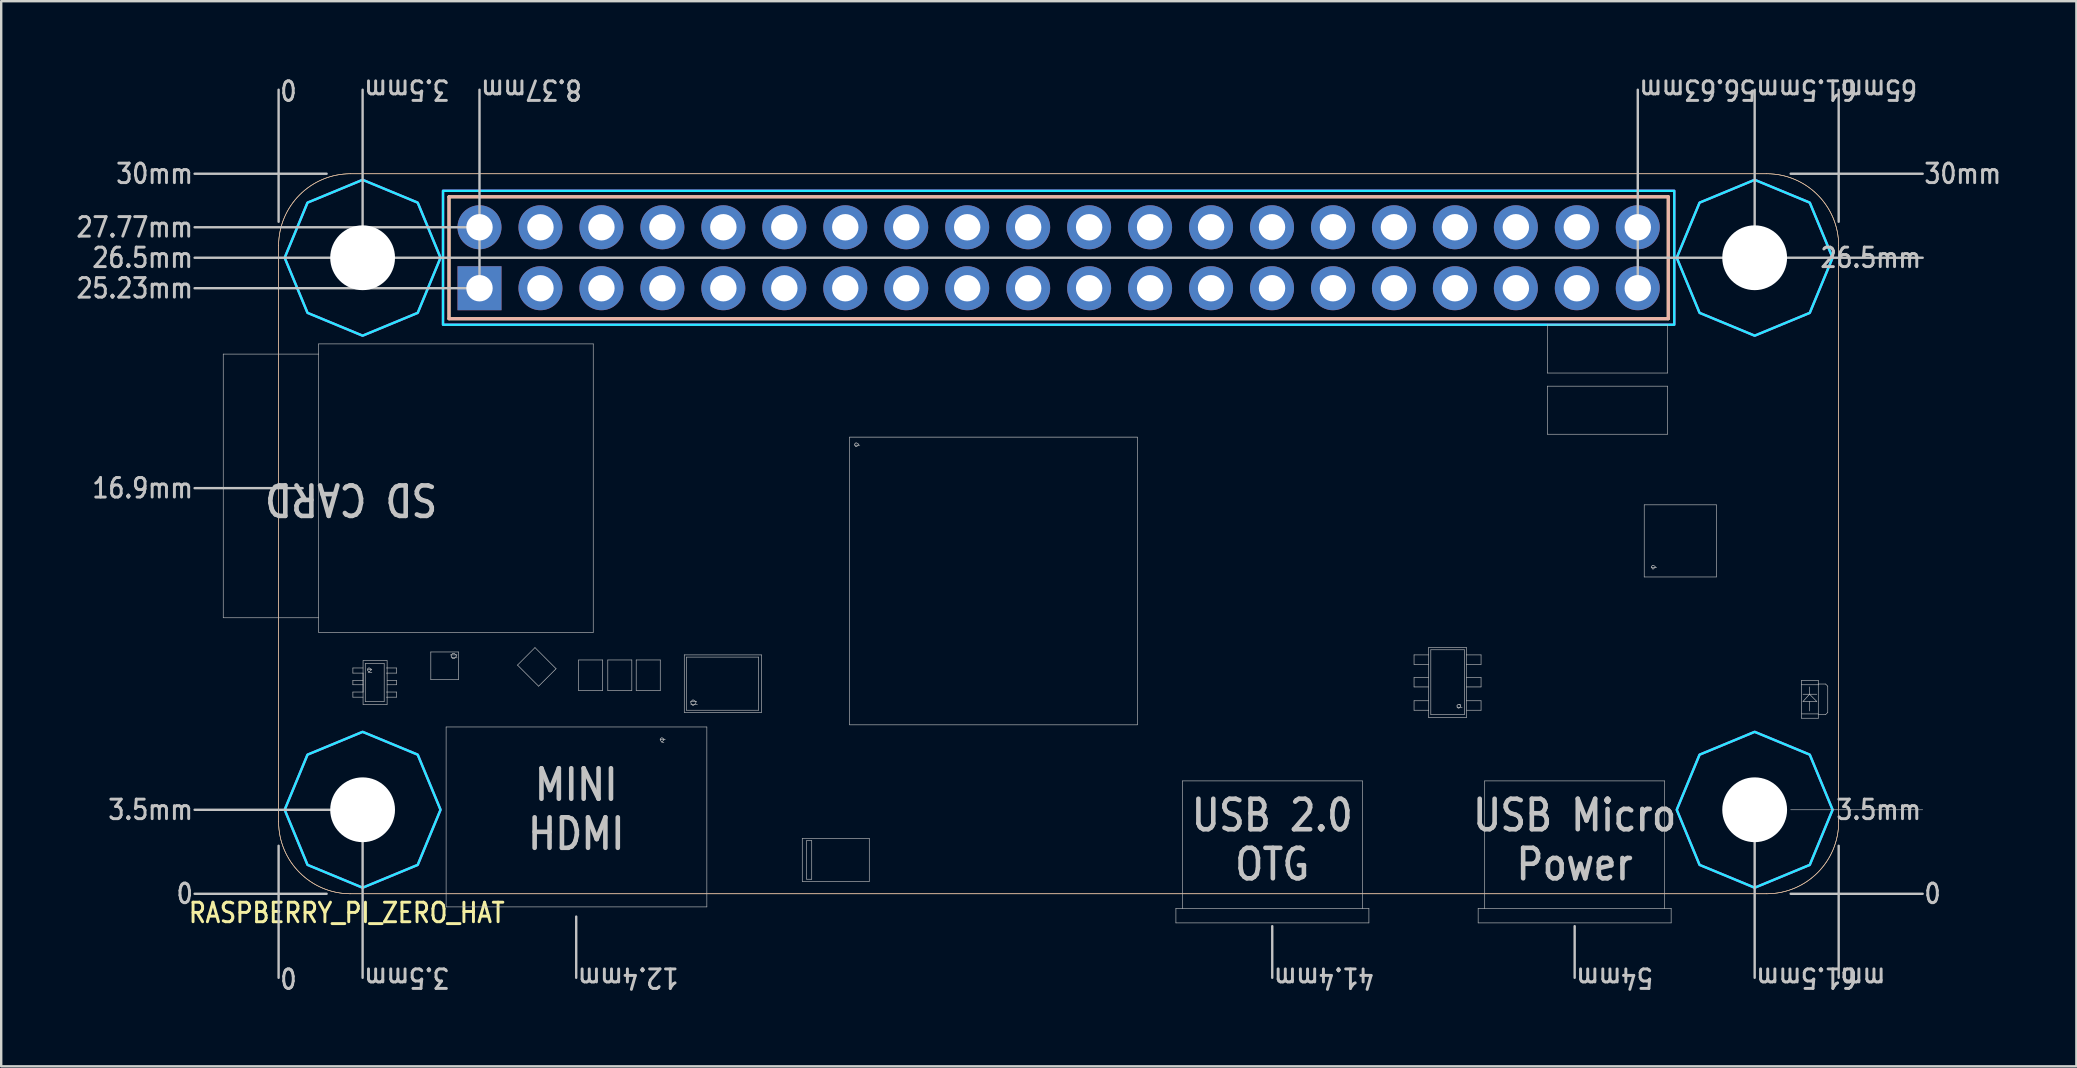
<source format=kicad_pcb>
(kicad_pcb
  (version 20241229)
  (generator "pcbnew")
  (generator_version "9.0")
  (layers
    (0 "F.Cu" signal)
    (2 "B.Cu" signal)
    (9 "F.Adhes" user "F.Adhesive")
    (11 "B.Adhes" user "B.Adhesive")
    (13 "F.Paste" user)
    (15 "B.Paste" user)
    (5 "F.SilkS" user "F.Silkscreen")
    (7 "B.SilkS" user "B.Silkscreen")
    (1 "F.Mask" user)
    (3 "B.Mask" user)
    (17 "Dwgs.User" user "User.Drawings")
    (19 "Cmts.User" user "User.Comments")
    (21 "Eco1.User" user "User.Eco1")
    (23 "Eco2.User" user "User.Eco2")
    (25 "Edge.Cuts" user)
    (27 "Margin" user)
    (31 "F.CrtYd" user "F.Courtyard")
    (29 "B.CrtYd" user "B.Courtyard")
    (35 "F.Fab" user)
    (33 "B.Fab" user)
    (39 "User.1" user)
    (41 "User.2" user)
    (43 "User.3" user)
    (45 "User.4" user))
  (footprint "RASPBERRY_PI_ZERO_HAT"
    (layer "F.Cu")
    (at 8.558 34.189)
    (property "Reference" "RASPBERRY_PI_ZERO_HAT" (at -3.81 1.27 0) (unlocked yes) (layer "F.SilkS") (effects (font (size 0.813 0.695) (thickness 0.122)) (justify left bottom)))
    (fp_circle (center 3.5 -26.5) (end 5.95 -26.5) (stroke (width 0) (type solid)) (fill yes) (layer "F.Mask"))
    (fp_circle (center 3.5 -26.5) (end 5.95 -26.5) (stroke (width 0) (type solid)) (fill yes) (layer "F.Mask"))
    (fp_circle (center 3.5 -3.5) (end 5.95 -3.5) (stroke (width 0) (type solid)) (fill yes) (layer "F.Mask"))
    (fp_circle (center 3.5 -3.5) (end 5.95 -3.5) (stroke (width 0) (type solid)) (fill yes) (layer "F.Mask"))
    (fp_circle (center 61.5 -26.5) (end 63.95 -26.5) (stroke (width 0) (type solid)) (fill yes) (layer "F.Mask"))
    (fp_circle (center 61.5 -26.5) (end 63.95 -26.5) (stroke (width 0) (type solid)) (fill yes) (layer "F.Mask"))
    (fp_circle (center 61.5 -3.5) (end 63.95 -3.5) (stroke (width 0) (type solid)) (fill yes) (layer "F.Mask"))
    (fp_circle (center 61.5 -3.5) (end 63.95 -3.5) (stroke (width 0) (type solid)) (fill yes) (layer "F.Mask"))
    (fp_circle (center 3.5 -26.5) (end 5.95 -26.5) (stroke (width 0) (type solid)) (fill yes) (layer "B.Mask"))
    (fp_circle (center 3.5 -3.5) (end 5.95 -3.5) (stroke (width 0) (type solid)) (fill yes) (layer "B.Mask"))
    (fp_circle (center 61.5 -26.5) (end 63.95 -26.5) (stroke (width 0) (type solid)) (fill yes) (layer "B.Mask"))
    (fp_circle (center 61.5 -3.5) (end 63.95 -3.5) (stroke (width 0) (type solid)) (fill yes) (layer "B.Mask"))
    (fp_line (start 0 -3) (end 0 -27) (stroke (width 0.025) (type solid)) (layer "F.SilkS"))
    (fp_line (start 3 -30) (end 62 -30) (stroke (width 0.025) (type solid)) (layer "F.SilkS"))
    (fp_line (start 7.1 -29.04) (end 7.1 -23.96) (stroke (width 0.127) (type solid)) (layer "F.SilkS"))
    (fp_line (start 7.1 -23.96) (end 57.9 -23.96) (stroke (width 0.127) (type solid)) (layer "F.SilkS"))
    (fp_line (start 57.9 -29.04) (end 7.1 -29.04) (stroke (width 0.127) (type solid)) (layer "F.SilkS"))
    (fp_line (start 57.9 -23.96) (end 57.9 -29.04) (stroke (width 0.127) (type solid)) (layer "F.SilkS"))
    (fp_line (start 62 0) (end 3 0) (stroke (width 0.025) (type solid)) (layer "F.SilkS"))
    (fp_line (start 65 -27) (end 65 -3) (stroke (width 0.025) (type solid)) (layer "F.SilkS"))
    (fp_arc (start 0 -27) (mid 0.87868 -29.12132) (end 3 -30) (stroke (width 0.025) (type solid)) (layer "F.SilkS"))
    (fp_arc (start 3 0) (mid 0.87868 -0.87868) (end 0 -3) (stroke (width 0.025) (type solid)) (layer "F.SilkS"))
    (fp_arc (start 62 -30) (mid 64.12132 -29.12132) (end 65 -27) (stroke (width 0.025) (type solid)) (layer "F.SilkS"))
    (fp_arc (start 65 -3) (mid 64.12132 -0.87868) (end 62 0) (stroke (width 0.025) (type solid)) (layer "F.SilkS"))
    (fp_line (start 0 -3) (end 0 -27) (stroke (width 0.025) (type solid)) (layer "B.SilkS"))
    (fp_line (start 3 -30) (end 62 -30) (stroke (width 0.025) (type solid)) (layer "B.SilkS"))
    (fp_line (start 7.1 -29.04) (end 7.1 -23.96) (stroke (width 0.127) (type solid)) (layer "B.SilkS"))
    (fp_line (start 7.1 -23.96) (end 57.9 -23.96) (stroke (width 0.127) (type solid)) (layer "B.SilkS"))
    (fp_line (start 57.9 -29.04) (end 7.1 -29.04) (stroke (width 0.127) (type solid)) (layer "B.SilkS"))
    (fp_line (start 57.9 -23.96) (end 57.9 -29.04) (stroke (width 0.127) (type solid)) (layer "B.SilkS"))
    (fp_line (start 62 0) (end 3 0) (stroke (width 0.025) (type solid)) (layer "B.SilkS"))
    (fp_line (start 65 -27) (end 65 -3) (stroke (width 0.025) (type solid)) (layer "B.SilkS"))
    (fp_arc (start 0 -27) (mid 0.87868 -29.12132) (end 3 -30) (stroke (width 0.025) (type solid)) (layer "B.SilkS"))
    (fp_arc (start 3 0) (mid 0.87868 -0.87868) (end 0 -3) (stroke (width 0.025) (type solid)) (layer "B.SilkS"))
    (fp_arc (start 62 -30) (mid 64.12132 -29.12132) (end 65 -27) (stroke (width 0.025) (type solid)) (layer "B.SilkS"))
    (fp_arc (start 65 -3) (mid 64.12132 -0.87868) (end 62 0) (stroke (width 0.025) (type solid)) (layer "B.SilkS"))
    (fp_line (start -3.5 -27.77) (end 8.75 -27.77) (stroke (width 0.1) (type solid)) (layer "Dwgs.User"))
    (fp_line (start -3.5 -25.23) (end 8.75 -25.23) (stroke (width 0.1) (type solid)) (layer "Dwgs.User"))
    (fp_line (start -2.307 -22.486) (end 1.668 -22.486) (stroke (width 0.025) (type solid)) (layer "Dwgs.User"))
    (fp_line (start -2.307 -11.501) (end -2.307 -22.486) (stroke (width 0.025) (type solid)) (layer "Dwgs.User"))
    (fp_line (start 0 -28) (end 0 -33.5) (stroke (width 0.1) (type solid)) (layer "Dwgs.User"))
    (fp_line (start 0 -2) (end 0 3.5) (stroke (width 0.1) (type solid)) (layer "Dwgs.User"))
    (fp_line (start 1 -16.9) (end -3.5 -16.9) (stroke (width 0.1) (type solid)) (layer "Dwgs.User"))
    (fp_line (start 1.668 -22.91) (end 13.109 -22.91) (stroke (width 0.025) (type solid)) (layer "Dwgs.User"))
    (fp_line (start 1.668 -11.501) (end -2.307 -11.501) (stroke (width 0.025) (type solid)) (layer "Dwgs.User"))
    (fp_line (start 1.668 -10.894) (end 1.668 -22.91) (stroke (width 0.025) (type solid)) (layer "Dwgs.User"))
    (fp_line (start 2 -30) (end -3.5 -30) (stroke (width 0.1) (type solid)) (layer "Dwgs.User"))
    (fp_line (start 2 0) (end -3.5 0) (stroke (width 0.1) (type solid)) (layer "Dwgs.User"))
    (fp_line (start 3.095 -9.407) (end 3.519 -9.407) (stroke (width 0.025) (type solid)) (layer "Dwgs.User"))
    (fp_line (start 3.095 -9.195) (end 3.095 -9.407) (stroke (width 0.025) (type solid)) (layer "Dwgs.User"))
    (fp_line (start 3.095 -8.891) (end 3.095 -8.709) (stroke (width 0.025) (type solid)) (layer "Dwgs.User"))
    (fp_line (start 3.095 -8.709) (end 3.519 -8.709) (stroke (width 0.025) (type solid)) (layer "Dwgs.User"))
    (fp_line (start 3.095 -8.405) (end 3.519 -8.405) (stroke (width 0.025) (type solid)) (layer "Dwgs.User"))
    (fp_line (start 3.095 -8.193) (end 3.095 -8.405) (stroke (width 0.025) (type solid)) (layer "Dwgs.User"))
    (fp_line (start 3.5 -33.5) (end 3.5 -26.5) (stroke (width 0.1) (type solid)) (layer "Dwgs.User"))
    (fp_line (start 3.5 -26.5) (end -3.5 -26.5) (stroke (width 0.1) (type solid)) (layer "Dwgs.User"))
    (fp_line (start 3.5 -3.5) (end -3.5 -3.5) (stroke (width 0.1) (type solid)) (layer "Dwgs.User"))
    (fp_line (start 3.5 -3.5) (end 3.5 3.5) (stroke (width 0.1) (type solid)) (layer "Dwgs.User"))
    (fp_line (start 3.519 -9.71) (end 3.519 -7.89) (stroke (width 0.025) (type solid)) (layer "Dwgs.User"))
    (fp_line (start 3.519 -9.195) (end 3.095 -9.195) (stroke (width 0.025) (type solid)) (layer "Dwgs.User"))
    (fp_line (start 3.519 -8.891) (end 3.095 -8.891) (stroke (width 0.025) (type solid)) (layer "Dwgs.User"))
    (fp_line (start 3.519 -8.405) (end 3.519 -9.195) (stroke (width 0.025) (type solid)) (layer "Dwgs.User"))
    (fp_line (start 3.519 -8.193) (end 3.095 -8.193) (stroke (width 0.025) (type solid)) (layer "Dwgs.User"))
    (fp_line (start 3.519 -7.89) (end 4.521 -7.89) (stroke (width 0.025) (type solid)) (layer "Dwgs.User"))
    (fp_line (start 3.61 -9.589) (end 3.61 -8.011) (stroke (width 0.025) (type solid)) (layer "Dwgs.User"))
    (fp_line (start 3.61 -8.011) (end 4.399 -8.011) (stroke (width 0.025) (type solid)) (layer "Dwgs.User"))
    (fp_line (start 3.702 -9.362) (end 3.702 -9.323) (stroke (width 0.025) (type solid)) (layer "Dwgs.User"))
    (fp_line (start 3.702 -9.323) (end 3.747 -9.255) (stroke (width 0.025) (type solid)) (layer "Dwgs.User"))
    (fp_line (start 3.747 -9.407) (end 3.702 -9.362) (stroke (width 0.025) (type solid)) (layer "Dwgs.User"))
    (fp_line (start 3.747 -9.255) (end 3.785 -9.255) (stroke (width 0.025) (type solid)) (layer "Dwgs.User"))
    (fp_line (start 3.785 -9.407) (end 3.747 -9.407) (stroke (width 0.025) (type solid)) (layer "Dwgs.User"))
    (fp_line (start 3.785 -9.255) (end 3.853 -9.323) (stroke (width 0.025) (type solid)) (layer "Dwgs.User"))
    (fp_line (start 3.853 -9.362) (end 3.785 -9.407) (stroke (width 0.025) (type solid)) (layer "Dwgs.User"))
    (fp_line (start 3.853 -9.346) (end 3.732 -9.346) (stroke (width 0.025) (type solid)) (layer "Dwgs.User"))
    (fp_line (start 3.853 -9.346) (end 3.853 -9.362) (stroke (width 0.025) (type solid)) (layer "Dwgs.User"))
    (fp_line (start 3.853 -9.323) (end 3.853 -9.346) (stroke (width 0.025) (type solid)) (layer "Dwgs.User"))
    (fp_line (start 3.884 -9.346) (end 3.853 -9.346) (stroke (width 0.025) (type solid)) (layer "Dwgs.User"))
    (fp_line (start 3.884 -9.225) (end 3.732 -9.225) (stroke (width 0.025) (type solid)) (layer "Dwgs.User"))
    (fp_line (start 4.399 -9.589) (end 3.61 -9.589) (stroke (width 0.025) (type solid)) (layer "Dwgs.User"))
    (fp_line (start 4.399 -8.011) (end 4.399 -9.589) (stroke (width 0.025) (type solid)) (layer "Dwgs.User"))
    (fp_line (start 4.49 -9.195) (end 4.915 -9.195) (stroke (width 0.025) (type solid)) (layer "Dwgs.User"))
    (fp_line (start 4.49 -8.193) (end 4.915 -8.193) (stroke (width 0.025) (type solid)) (layer "Dwgs.User"))
    (fp_line (start 4.521 -9.71) (end 3.519 -9.71) (stroke (width 0.025) (type solid)) (layer "Dwgs.User"))
    (fp_line (start 4.521 -8.709) (end 4.915 -8.709) (stroke (width 0.025) (type solid)) (layer "Dwgs.User"))
    (fp_line (start 4.521 -7.89) (end 4.521 -9.71) (stroke (width 0.025) (type solid)) (layer "Dwgs.User"))
    (fp_line (start 4.915 -9.407) (end 4.49 -9.407) (stroke (width 0.025) (type solid)) (layer "Dwgs.User"))
    (fp_line (start 4.915 -9.195) (end 4.915 -9.407) (stroke (width 0.025) (type solid)) (layer "Dwgs.User"))
    (fp_line (start 4.915 -8.891) (end 4.521 -8.891) (stroke (width 0.025) (type solid)) (layer "Dwgs.User"))
    (fp_line (start 4.915 -8.709) (end 4.915 -8.891) (stroke (width 0.025) (type solid)) (layer "Dwgs.User"))
    (fp_line (start 4.915 -8.405) (end 4.49 -8.405) (stroke (width 0.025) (type solid)) (layer "Dwgs.User"))
    (fp_line (start 4.915 -8.193) (end 4.915 -8.405) (stroke (width 0.025) (type solid)) (layer "Dwgs.User"))
    (fp_line (start 6.342 -10.075) (end 7.495 -10.075) (stroke (width 0.025) (type solid)) (layer "Dwgs.User"))
    (fp_line (start 6.342 -8.921) (end 6.342 -10.075) (stroke (width 0.025) (type solid)) (layer "Dwgs.User"))
    (fp_line (start 6.979 -6.949) (end 6.979 0.546) (stroke (width 0.025) (type solid)) (layer "Dwgs.User"))
    (fp_line (start 6.979 0.546) (end 17.843 0.546) (stroke (width 0.025) (type solid)) (layer "Dwgs.User"))
    (fp_line (start 7.191 -9.945) (end 7.191 -9.893) (stroke (width 0.025) (type solid)) (layer "Dwgs.User"))
    (fp_line (start 7.191 -9.893) (end 7.259 -9.801) (stroke (width 0.025) (type solid)) (layer "Dwgs.User"))
    (fp_line (start 7.259 -10.014) (end 7.191 -9.945) (stroke (width 0.025) (type solid)) (layer "Dwgs.User"))
    (fp_line (start 7.259 -9.801) (end 7.312 -9.801) (stroke (width 0.025) (type solid)) (layer "Dwgs.User"))
    (fp_line (start 7.312 -10.014) (end 7.259 -10.014) (stroke (width 0.025) (type solid)) (layer "Dwgs.User"))
    (fp_line (start 7.312 -9.801) (end 7.403 -9.893) (stroke (width 0.025) (type solid)) (layer "Dwgs.User"))
    (fp_line (start 7.403 -9.945) (end 7.312 -10.014) (stroke (width 0.025) (type solid)) (layer "Dwgs.User"))
    (fp_line (start 7.403 -9.893) (end 7.403 -9.945) (stroke (width 0.025) (type solid)) (layer "Dwgs.User"))
    (fp_line (start 7.434 -9.953) (end 7.162 -9.953) (stroke (width 0.025) (type solid)) (layer "Dwgs.User"))
    (fp_line (start 7.434 -9.832) (end 7.191 -9.832) (stroke (width 0.025) (type solid)) (layer "Dwgs.User"))
    (fp_line (start 7.495 -10.075) (end 7.495 -8.921) (stroke (width 0.025) (type solid)) (layer "Dwgs.User"))
    (fp_line (start 7.495 -8.921) (end 6.342 -8.921) (stroke (width 0.025) (type solid)) (layer "Dwgs.User"))
    (fp_line (start 8.37 -25.23) (end 8.37 -33.5) (stroke (width 0.1) (type solid)) (layer "Dwgs.User"))
    (fp_line (start 9.953 -9.528) (end 10.833 -8.649) (stroke (width 0.025) (type solid)) (layer "Dwgs.User"))
    (fp_line (start 10.681 -10.257) (end 9.953 -9.528) (stroke (width 0.025) (type solid)) (layer "Dwgs.User"))
    (fp_line (start 10.833 -8.649) (end 11.561 -9.376) (stroke (width 0.025) (type solid)) (layer "Dwgs.User"))
    (fp_line (start 11.561 -9.376) (end 10.681 -10.257) (stroke (width 0.025) (type solid)) (layer "Dwgs.User"))
    (fp_line (start 12.4 0.95) (end 12.4 3.5) (stroke (width 0.1) (type solid)) (layer "Dwgs.User"))
    (fp_line (start 12.502 -9.741) (end 12.502 -8.467) (stroke (width 0.025) (type solid)) (layer "Dwgs.User"))
    (fp_line (start 12.502 -8.467) (end 13.503 -8.467) (stroke (width 0.025) (type solid)) (layer "Dwgs.User"))
    (fp_line (start 13.109 -22.91) (end 13.109 -10.894) (stroke (width 0.025) (type solid)) (layer "Dwgs.User"))
    (fp_line (start 13.109 -10.894) (end 1.668 -10.894) (stroke (width 0.025) (type solid)) (layer "Dwgs.User"))
    (fp_line (start 13.503 -9.741) (end 12.502 -9.741) (stroke (width 0.025) (type solid)) (layer "Dwgs.User"))
    (fp_line (start 13.503 -8.467) (end 13.503 -9.741) (stroke (width 0.025) (type solid)) (layer "Dwgs.User"))
    (fp_line (start 13.716 -9.741) (end 13.716 -8.467) (stroke (width 0.025) (type solid)) (layer "Dwgs.User"))
    (fp_line (start 13.716 -8.467) (end 14.717 -8.467) (stroke (width 0.025) (type solid)) (layer "Dwgs.User"))
    (fp_line (start 14.717 -9.741) (end 13.716 -9.741) (stroke (width 0.025) (type solid)) (layer "Dwgs.User"))
    (fp_line (start 14.717 -8.467) (end 14.717 -9.741) (stroke (width 0.025) (type solid)) (layer "Dwgs.User"))
    (fp_line (start 14.899 -9.741) (end 14.899 -8.467) (stroke (width 0.025) (type solid)) (layer "Dwgs.User"))
    (fp_line (start 14.899 -8.467) (end 15.901 -8.467) (stroke (width 0.025) (type solid)) (layer "Dwgs.User"))
    (fp_line (start 15.901 -9.741) (end 14.899 -9.741) (stroke (width 0.025) (type solid)) (layer "Dwgs.User"))
    (fp_line (start 15.901 -8.467) (end 15.901 -9.741) (stroke (width 0.025) (type solid)) (layer "Dwgs.User"))
    (fp_line (start 15.901 -6.448) (end 15.901 -6.433) (stroke (width 0.025) (type solid)) (layer "Dwgs.User"))
    (fp_line (start 15.901 -6.433) (end 15.901 -6.41) (stroke (width 0.025) (type solid)) (layer "Dwgs.User"))
    (fp_line (start 15.901 -6.41) (end 15.945 -6.342) (stroke (width 0.025) (type solid)) (layer "Dwgs.User"))
    (fp_line (start 15.945 -6.494) (end 15.901 -6.448) (stroke (width 0.025) (type solid)) (layer "Dwgs.User"))
    (fp_line (start 15.945 -6.342) (end 15.984 -6.342) (stroke (width 0.025) (type solid)) (layer "Dwgs.User"))
    (fp_line (start 15.984 -6.494) (end 15.945 -6.494) (stroke (width 0.025) (type solid)) (layer "Dwgs.User"))
    (fp_line (start 15.984 -6.342) (end 16.053 -6.41) (stroke (width 0.025) (type solid)) (layer "Dwgs.User"))
    (fp_line (start 16.053 -6.448) (end 15.984 -6.494) (stroke (width 0.025) (type solid)) (layer "Dwgs.User"))
    (fp_line (start 16.053 -6.433) (end 15.901 -6.433) (stroke (width 0.025) (type solid)) (layer "Dwgs.User"))
    (fp_line (start 16.053 -6.433) (end 16.053 -6.448) (stroke (width 0.025) (type solid)) (layer "Dwgs.User"))
    (fp_line (start 16.053 -6.41) (end 16.053 -6.433) (stroke (width 0.025) (type solid)) (layer "Dwgs.User"))
    (fp_line (start 16.053 -6.311) (end 15.961 -6.311) (stroke (width 0.025) (type solid)) (layer "Dwgs.User"))
    (fp_line (start 16.113 -6.433) (end 16.053 -6.433) (stroke (width 0.025) (type solid)) (layer "Dwgs.User"))
    (fp_line (start 16.902 -9.953) (end 20.119 -9.953) (stroke (width 0.025) (type solid)) (layer "Dwgs.User"))
    (fp_line (start 16.902 -7.556) (end 16.902 -9.953) (stroke (width 0.025) (type solid)) (layer "Dwgs.User"))
    (fp_line (start 16.993 -9.862) (end 16.993 -7.647) (stroke (width 0.025) (type solid)) (layer "Dwgs.User"))
    (fp_line (start 16.993 -7.647) (end 19.997 -7.647) (stroke (width 0.025) (type solid)) (layer "Dwgs.User"))
    (fp_line (start 17.175 -8.003) (end 17.175 -7.951) (stroke (width 0.025) (type solid)) (layer "Dwgs.User"))
    (fp_line (start 17.175 -7.951) (end 17.243 -7.859) (stroke (width 0.025) (type solid)) (layer "Dwgs.User"))
    (fp_line (start 17.243 -8.071) (end 17.175 -8.003) (stroke (width 0.025) (type solid)) (layer "Dwgs.User"))
    (fp_line (start 17.243 -7.859) (end 17.295 -7.859) (stroke (width 0.025) (type solid)) (layer "Dwgs.User"))
    (fp_line (start 17.295 -8.071) (end 17.243 -8.071) (stroke (width 0.025) (type solid)) (layer "Dwgs.User"))
    (fp_line (start 17.295 -7.859) (end 17.387 -7.951) (stroke (width 0.025) (type solid)) (layer "Dwgs.User"))
    (fp_line (start 17.387 -8.003) (end 17.295 -8.071) (stroke (width 0.025) (type solid)) (layer "Dwgs.User"))
    (fp_line (start 17.387 -7.951) (end 17.387 -8.003) (stroke (width 0.025) (type solid)) (layer "Dwgs.User"))
    (fp_line (start 17.418 -8.011) (end 17.175 -8.011) (stroke (width 0.025) (type solid)) (layer "Dwgs.User"))
    (fp_line (start 17.449 -7.89) (end 17.175 -7.89) (stroke (width 0.025) (type solid)) (layer "Dwgs.User"))
    (fp_line (start 17.843 -6.949) (end 6.979 -6.949) (stroke (width 0.025) (type solid)) (layer "Dwgs.User"))
    (fp_line (start 17.843 0.546) (end 17.843 -6.949) (stroke (width 0.025) (type solid)) (layer "Dwgs.User"))
    (fp_line (start 19.997 -9.862) (end 16.993 -9.862) (stroke (width 0.025) (type solid)) (layer "Dwgs.User"))
    (fp_line (start 19.997 -7.647) (end 19.997 -9.862) (stroke (width 0.025) (type solid)) (layer "Dwgs.User"))
    (fp_line (start 20.119 -9.953) (end 20.119 -7.556) (stroke (width 0.025) (type solid)) (layer "Dwgs.User"))
    (fp_line (start 20.119 -7.556) (end 16.902 -7.556) (stroke (width 0.025) (type solid)) (layer "Dwgs.User"))
    (fp_line (start 21.818 -2.306) (end 21.818 -0.516) (stroke (width 0.025) (type solid)) (layer "Dwgs.User"))
    (fp_line (start 21.818 -0.516) (end 24.61 -0.516) (stroke (width 0.025) (type solid)) (layer "Dwgs.User"))
    (fp_line (start 22.001 -2.215) (end 22.213 -2.215) (stroke (width 0.025) (type solid)) (layer "Dwgs.User"))
    (fp_line (start 22.001 -0.607) (end 22.001 -2.215) (stroke (width 0.025) (type solid)) (layer "Dwgs.User"))
    (fp_line (start 22.213 -2.215) (end 22.213 -0.607) (stroke (width 0.025) (type solid)) (layer "Dwgs.User"))
    (fp_line (start 22.213 -0.607) (end 22.001 -0.607) (stroke (width 0.025) (type solid)) (layer "Dwgs.User"))
    (fp_line (start 23.79 -19.026) (end 35.778 -19.026) (stroke (width 0.025) (type solid)) (layer "Dwgs.User"))
    (fp_line (start 23.79 -7.04) (end 23.79 -19.026) (stroke (width 0.025) (type solid)) (layer "Dwgs.User"))
    (fp_line (start 24.003 -18.739) (end 24.003 -18.7) (stroke (width 0.025) (type solid)) (layer "Dwgs.User"))
    (fp_line (start 24.003 -18.7) (end 24.048 -18.632) (stroke (width 0.025) (type solid)) (layer "Dwgs.User"))
    (fp_line (start 24.048 -18.783) (end 24.003 -18.739) (stroke (width 0.025) (type solid)) (layer "Dwgs.User"))
    (fp_line (start 24.048 -18.632) (end 24.087 -18.632) (stroke (width 0.025) (type solid)) (layer "Dwgs.User"))
    (fp_line (start 24.087 -18.783) (end 24.048 -18.783) (stroke (width 0.025) (type solid)) (layer "Dwgs.User"))
    (fp_line (start 24.087 -18.632) (end 24.155 -18.7) (stroke (width 0.025) (type solid)) (layer "Dwgs.User"))
    (fp_line (start 24.155 -18.739) (end 24.087 -18.783) (stroke (width 0.025) (type solid)) (layer "Dwgs.User"))
    (fp_line (start 24.155 -18.7) (end 24.155 -18.739) (stroke (width 0.025) (type solid)) (layer "Dwgs.User"))
    (fp_line (start 24.215 -18.692) (end 24.003 -18.692) (stroke (width 0.025) (type solid)) (layer "Dwgs.User"))
    (fp_line (start 24.61 -2.306) (end 21.818 -2.306) (stroke (width 0.025) (type solid)) (layer "Dwgs.User"))
    (fp_line (start 24.61 -0.516) (end 24.61 -2.306) (stroke (width 0.025) (type solid)) (layer "Dwgs.User"))
    (fp_line (start 35.778 -19.026) (end 35.778 -7.04) (stroke (width 0.025) (type solid)) (layer "Dwgs.User"))
    (fp_line (start 35.778 -7.04) (end 23.79 -7.04) (stroke (width 0.025) (type solid)) (layer "Dwgs.User"))
    (fp_line (start 37.386 0.607) (end 37.658 0.607) (stroke (width 0.025) (type solid)) (layer "Dwgs.User"))
    (fp_line (start 37.386 1.214) (end 37.386 0.607) (stroke (width 0.025) (type solid)) (layer "Dwgs.User"))
    (fp_line (start 37.658 -4.703) (end 45.154 -4.703) (stroke (width 0.025) (type solid)) (layer "Dwgs.User"))
    (fp_line (start 37.658 0.607) (end 37.658 -4.703) (stroke (width 0.025) (type solid)) (layer "Dwgs.User"))
    (fp_line (start 41.4 1.35) (end 41.4 3.5) (stroke (width 0.1) (type solid)) (layer "Dwgs.User"))
    (fp_line (start 45.154 -4.703) (end 45.154 0.607) (stroke (width 0.025) (type solid)) (layer "Dwgs.User"))
    (fp_line (start 45.154 0.607) (end 37.658 0.607) (stroke (width 0.025) (type solid)) (layer "Dwgs.User"))
    (fp_line (start 45.427 0.607) (end 45.154 0.607) (stroke (width 0.025) (type solid)) (layer "Dwgs.User"))
    (fp_line (start 45.427 0.607) (end 45.427 1.214) (stroke (width 0.025) (type solid)) (layer "Dwgs.User"))
    (fp_line (start 45.427 1.214) (end 37.386 1.214) (stroke (width 0.025) (type solid)) (layer "Dwgs.User"))
    (fp_line (start 47.308 -9.953) (end 47.308 -9.558) (stroke (width 0.025) (type solid)) (layer "Dwgs.User"))
    (fp_line (start 47.308 -9.558) (end 47.916 -9.558) (stroke (width 0.025) (type solid)) (layer "Dwgs.User"))
    (fp_line (start 47.308 -9.012) (end 47.308 -8.618) (stroke (width 0.025) (type solid)) (layer "Dwgs.User"))
    (fp_line (start 47.308 -8.618) (end 47.916 -8.618) (stroke (width 0.025) (type solid)) (layer "Dwgs.User"))
    (fp_line (start 47.308 -8.041) (end 47.308 -7.647) (stroke (width 0.025) (type solid)) (layer "Dwgs.User"))
    (fp_line (start 47.308 -7.647) (end 47.916 -7.647) (stroke (width 0.025) (type solid)) (layer "Dwgs.User"))
    (fp_line (start 47.916 -10.257) (end 49.493 -10.257) (stroke (width 0.025) (type solid)) (layer "Dwgs.User"))
    (fp_line (start 47.916 -9.953) (end 47.308 -9.953) (stroke (width 0.025) (type solid)) (layer "Dwgs.User"))
    (fp_line (start 47.916 -9.012) (end 47.308 -9.012) (stroke (width 0.025) (type solid)) (layer "Dwgs.User"))
    (fp_line (start 47.916 -8.041) (end 47.308 -8.041) (stroke (width 0.025) (type solid)) (layer "Dwgs.User"))
    (fp_line (start 47.916 -7.647) (end 47.916 -10.257) (stroke (width 0.025) (type solid)) (layer "Dwgs.User"))
    (fp_line (start 47.916 -7.343) (end 47.916 -7.647) (stroke (width 0.025) (type solid)) (layer "Dwgs.User"))
    (fp_line (start 48.007 -10.166) (end 49.402 -10.166) (stroke (width 0.025) (type solid)) (layer "Dwgs.User"))
    (fp_line (start 48.007 -7.465) (end 48.007 -10.166) (stroke (width 0.025) (type solid)) (layer "Dwgs.User"))
    (fp_line (start 49.099 -7.844) (end 49.099 -7.806) (stroke (width 0.025) (type solid)) (layer "Dwgs.User"))
    (fp_line (start 49.099 -7.806) (end 49.144 -7.738) (stroke (width 0.025) (type solid)) (layer "Dwgs.User"))
    (fp_line (start 49.144 -7.89) (end 49.099 -7.844) (stroke (width 0.025) (type solid)) (layer "Dwgs.User"))
    (fp_line (start 49.144 -7.738) (end 49.182 -7.738) (stroke (width 0.025) (type solid)) (layer "Dwgs.User"))
    (fp_line (start 49.182 -7.89) (end 49.144 -7.89) (stroke (width 0.025) (type solid)) (layer "Dwgs.User"))
    (fp_line (start 49.182 -7.738) (end 49.25 -7.806) (stroke (width 0.025) (type solid)) (layer "Dwgs.User"))
    (fp_line (start 49.25 -7.89) (end 49.182 -7.89) (stroke (width 0.025) (type solid)) (layer "Dwgs.User"))
    (fp_line (start 49.25 -7.844) (end 49.182 -7.89) (stroke (width 0.025) (type solid)) (layer "Dwgs.User"))
    (fp_line (start 49.25 -7.806) (end 49.25 -7.844) (stroke (width 0.025) (type solid)) (layer "Dwgs.User"))
    (fp_line (start 49.312 -7.768) (end 49.099 -7.768) (stroke (width 0.025) (type solid)) (layer "Dwgs.User"))
    (fp_line (start 49.402 -10.166) (end 49.402 -7.465) (stroke (width 0.025) (type solid)) (layer "Dwgs.User"))
    (fp_line (start 49.402 -7.465) (end 48.007 -7.465) (stroke (width 0.025) (type solid)) (layer "Dwgs.User"))
    (fp_line (start 49.493 -10.257) (end 49.493 -9.953) (stroke (width 0.025) (type solid)) (layer "Dwgs.User"))
    (fp_line (start 49.493 -9.953) (end 49.493 -9.558) (stroke (width 0.025) (type solid)) (layer "Dwgs.User"))
    (fp_line (start 49.493 -9.953) (end 50.1 -9.953) (stroke (width 0.025) (type solid)) (layer "Dwgs.User"))
    (fp_line (start 49.493 -9.558) (end 49.493 -9.012) (stroke (width 0.025) (type solid)) (layer "Dwgs.User"))
    (fp_line (start 49.493 -9.012) (end 49.493 -8.618) (stroke (width 0.025) (type solid)) (layer "Dwgs.User"))
    (fp_line (start 49.493 -9.012) (end 50.1 -9.012) (stroke (width 0.025) (type solid)) (layer "Dwgs.User"))
    (fp_line (start 49.493 -8.618) (end 49.493 -8.041) (stroke (width 0.025) (type solid)) (layer "Dwgs.User"))
    (fp_line (start 49.493 -8.041) (end 49.493 -7.343) (stroke (width 0.025) (type solid)) (layer "Dwgs.User"))
    (fp_line (start 49.493 -8.041) (end 50.1 -8.041) (stroke (width 0.025) (type solid)) (layer "Dwgs.User"))
    (fp_line (start 49.493 -7.343) (end 47.916 -7.343) (stroke (width 0.025) (type solid)) (layer "Dwgs.User"))
    (fp_line (start 49.979 0.607) (end 50.252 0.607) (stroke (width 0.025) (type solid)) (layer "Dwgs.User"))
    (fp_line (start 49.979 1.214) (end 49.979 0.607) (stroke (width 0.025) (type solid)) (layer "Dwgs.User"))
    (fp_line (start 50.1 -9.953) (end 50.1 -9.558) (stroke (width 0.025) (type solid)) (layer "Dwgs.User"))
    (fp_line (start 50.1 -9.558) (end 49.493 -9.558) (stroke (width 0.025) (type solid)) (layer "Dwgs.User"))
    (fp_line (start 50.1 -9.012) (end 50.1 -8.618) (stroke (width 0.025) (type solid)) (layer "Dwgs.User"))
    (fp_line (start 50.1 -8.618) (end 49.493 -8.618) (stroke (width 0.025) (type solid)) (layer "Dwgs.User"))
    (fp_line (start 50.1 -8.041) (end 50.1 -7.647) (stroke (width 0.025) (type solid)) (layer "Dwgs.User"))
    (fp_line (start 50.1 -7.647) (end 49.493 -7.647) (stroke (width 0.025) (type solid)) (layer "Dwgs.User"))
    (fp_line (start 50.252 -4.703) (end 57.747 -4.703) (stroke (width 0.025) (type solid)) (layer "Dwgs.User"))
    (fp_line (start 50.252 0.607) (end 50.252 -4.703) (stroke (width 0.025) (type solid)) (layer "Dwgs.User"))
    (fp_line (start 52.862 -23.7) (end 57.869 -23.7) (stroke (width 0.025) (type solid)) (layer "Dwgs.User"))
    (fp_line (start 52.862 -21.696) (end 52.862 -23.7) (stroke (width 0.025) (type solid)) (layer "Dwgs.User"))
    (fp_line (start 52.862 -21.15) (end 57.869 -21.15) (stroke (width 0.025) (type solid)) (layer "Dwgs.User"))
    (fp_line (start 52.862 -19.148) (end 52.862 -21.15) (stroke (width 0.025) (type solid)) (layer "Dwgs.User"))
    (fp_line (start 54 1.35) (end 54 3.5) (stroke (width 0.1) (type solid)) (layer "Dwgs.User"))
    (fp_line (start 56.63 -33.5) (end 56.63 -25.23) (stroke (width 0.1) (type solid)) (layer "Dwgs.User"))
    (fp_line (start 56.898 -16.204) (end 56.898 -13.2) (stroke (width 0.025) (type solid)) (layer "Dwgs.User"))
    (fp_line (start 56.898 -13.2) (end 59.902 -13.2) (stroke (width 0.025) (type solid)) (layer "Dwgs.User"))
    (fp_line (start 57.201 -13.641) (end 57.201 -13.602) (stroke (width 0.025) (type solid)) (layer "Dwgs.User"))
    (fp_line (start 57.201 -13.602) (end 57.246 -13.534) (stroke (width 0.025) (type solid)) (layer "Dwgs.User"))
    (fp_line (start 57.246 -13.685) (end 57.201 -13.641) (stroke (width 0.025) (type solid)) (layer "Dwgs.User"))
    (fp_line (start 57.246 -13.534) (end 57.284 -13.534) (stroke (width 0.025) (type solid)) (layer "Dwgs.User"))
    (fp_line (start 57.284 -13.685) (end 57.246 -13.685) (stroke (width 0.025) (type solid)) (layer "Dwgs.User"))
    (fp_line (start 57.284 -13.534) (end 57.352 -13.602) (stroke (width 0.025) (type solid)) (layer "Dwgs.User"))
    (fp_line (start 57.352 -13.641) (end 57.284 -13.685) (stroke (width 0.025) (type solid)) (layer "Dwgs.User"))
    (fp_line (start 57.352 -13.602) (end 57.352 -13.641) (stroke (width 0.025) (type solid)) (layer "Dwgs.User"))
    (fp_line (start 57.414 -13.594) (end 57.201 -13.594) (stroke (width 0.025) (type solid)) (layer "Dwgs.User"))
    (fp_line (start 57.747 -4.703) (end 57.747 0.607) (stroke (width 0.025) (type solid)) (layer "Dwgs.User"))
    (fp_line (start 57.747 0.607) (end 50.252 0.607) (stroke (width 0.025) (type solid)) (layer "Dwgs.User"))
    (fp_line (start 57.869 -23.7) (end 57.869 -21.696) (stroke (width 0.025) (type solid)) (layer "Dwgs.User"))
    (fp_line (start 57.869 -21.696) (end 52.862 -21.696) (stroke (width 0.025) (type solid)) (layer "Dwgs.User"))
    (fp_line (start 57.869 -21.15) (end 57.869 -19.148) (stroke (width 0.025) (type solid)) (layer "Dwgs.User"))
    (fp_line (start 57.869 -19.148) (end 52.862 -19.148) (stroke (width 0.025) (type solid)) (layer "Dwgs.User"))
    (fp_line (start 58.02 0.607) (end 57.747 0.607) (stroke (width 0.025) (type solid)) (layer "Dwgs.User"))
    (fp_line (start 58.02 0.607) (end 58.02 1.214) (stroke (width 0.025) (type solid)) (layer "Dwgs.User"))
    (fp_line (start 58.02 1.214) (end 49.979 1.214) (stroke (width 0.025) (type solid)) (layer "Dwgs.User"))
    (fp_line (start 59.902 -16.204) (end 56.898 -16.204) (stroke (width 0.025) (type solid)) (layer "Dwgs.User"))
    (fp_line (start 59.902 -13.2) (end 59.902 -16.204) (stroke (width 0.025) (type solid)) (layer "Dwgs.User"))
    (fp_line (start 61.5 -26.5) (end 3.5 -26.5) (stroke (width 0.1) (type solid)) (layer "Dwgs.User"))
    (fp_line (start 61.5 -26.5) (end 61.5 -33.5) (stroke (width 0.1) (type solid)) (layer "Dwgs.User"))
    (fp_line (start 61.5 -3.5) (end 61.5 3.5) (stroke (width 0.1) (type solid)) (layer "Dwgs.User"))
    (fp_line (start 63 -30) (end 68.5 -30) (stroke (width 0.1) (type solid)) (layer "Dwgs.User"))
    (fp_line (start 63 -3.5) (end 68.5 -3.5) (stroke (width 0.025) (type solid)) (layer "Dwgs.User"))
    (fp_line (start 63 0) (end 68.5 0) (stroke (width 0.1) (type solid)) (layer "Dwgs.User"))
    (fp_line (start 63.452 -8.891) (end 63.452 -8.709) (stroke (width 0.025) (type solid)) (layer "Dwgs.User"))
    (fp_line (start 63.452 -8.709) (end 63.452 -7.313) (stroke (width 0.025) (type solid)) (layer "Dwgs.User"))
    (fp_line (start 63.452 -7.313) (end 64.15 -7.313) (stroke (width 0.025) (type solid)) (layer "Dwgs.User"))
    (fp_line (start 63.513 -8.314) (end 63.786 -8.314) (stroke (width 0.025) (type solid)) (layer "Dwgs.User"))
    (fp_line (start 63.513 -8.011) (end 63.786 -8.314) (stroke (width 0.025) (type solid)) (layer "Dwgs.User"))
    (fp_line (start 63.786 -8.618) (end 63.786 -8.314) (stroke (width 0.025) (type solid)) (layer "Dwgs.User"))
    (fp_line (start 63.786 -8.314) (end 64.089 -8.314) (stroke (width 0.025) (type solid)) (layer "Dwgs.User"))
    (fp_line (start 63.786 -8.314) (end 64.089 -8.011) (stroke (width 0.025) (type solid)) (layer "Dwgs.User"))
    (fp_line (start 63.786 -7.616) (end 63.786 -8.011) (stroke (width 0.025) (type solid)) (layer "Dwgs.User"))
    (fp_line (start 64.089 -8.011) (end 63.513 -8.011) (stroke (width 0.025) (type solid)) (layer "Dwgs.User"))
    (fp_line (start 64.15 -8.891) (end 63.452 -8.891) (stroke (width 0.025) (type solid)) (layer "Dwgs.User"))
    (fp_line (start 64.15 -8.739) (end 64.15 -8.891) (stroke (width 0.025) (type solid)) (layer "Dwgs.User"))
    (fp_line (start 64.15 -8.739) (end 64.454 -8.739) (stroke (width 0.025) (type solid)) (layer "Dwgs.User"))
    (fp_line (start 64.15 -8.709) (end 63.452 -8.709) (stroke (width 0.025) (type solid)) (layer "Dwgs.User"))
    (fp_line (start 64.15 -8.709) (end 64.15 -8.739) (stroke (width 0.025) (type solid)) (layer "Dwgs.User"))
    (fp_line (start 64.15 -7.495) (end 63.452 -7.495) (stroke (width 0.025) (type solid)) (layer "Dwgs.User"))
    (fp_line (start 64.15 -7.313) (end 64.15 -8.709) (stroke (width 0.025) (type solid)) (layer "Dwgs.User"))
    (fp_line (start 64.454 -8.739) (end 64.545 -8.649) (stroke (width 0.025) (type solid)) (layer "Dwgs.User"))
    (fp_line (start 64.454 -7.465) (end 64.15 -7.465) (stroke (width 0.025) (type solid)) (layer "Dwgs.User"))
    (fp_line (start 64.545 -8.649) (end 64.545 -7.556) (stroke (width 0.025) (type solid)) (layer "Dwgs.User"))
    (fp_line (start 64.545 -7.556) (end 64.454 -7.465) (stroke (width 0.025) (type solid)) (layer "Dwgs.User"))
    (fp_line (start 65 -28) (end 65 -33.5) (stroke (width 0.1) (type solid)) (layer "Dwgs.User"))
    (fp_line (start 65 -2) (end 65 3.5) (stroke (width 0.1) (type solid)) (layer "Dwgs.User"))
    (fp_line (start 68.5 -26.5) (end 61.5 -26.5) (stroke (width 0.1) (type solid)) (layer "Dwgs.User"))
    (fp_poly (pts (xy 6.85 -29.29) (xy 58.15 -29.29) (xy 58.15 -23.71) (xy 6.85 -23.71)) (stroke (width 0.1) (type solid)) (fill no) (layer "B.CrtYd"))
    (fp_poly (pts (xy 6.747 -26.5) (xy 5.796 -28.796) (xy 3.5 -29.747) (xy 1.204 -28.796) (xy 0.253 -26.5) (xy 1.204 -24.204) (xy 3.5 -23.253) (xy 5.796 -24.204)) (stroke (width 0.1) (type solid)) (fill no) (layer "B.CrtYd"))
    (fp_poly (pts (xy 6.747 -3.5) (xy 5.796 -5.796) (xy 3.5 -6.747) (xy 1.204 -5.796) (xy 0.253 -3.5) (xy 1.204 -1.204) (xy 3.5 -0.253) (xy 5.796 -1.204)) (stroke (width 0.1) (type solid)) (fill no) (layer "B.CrtYd"))
    (fp_poly (pts (xy 64.747 -26.5) (xy 63.796 -28.796) (xy 61.5 -29.747) (xy 59.204 -28.796) (xy 58.253 -26.5) (xy 59.204 -24.204) (xy 61.5 -23.253) (xy 63.796 -24.204)) (stroke (width 0.1) (type solid)) (fill no) (layer "B.CrtYd"))
    (fp_poly (pts (xy 64.747 -3.5) (xy 63.796 -5.796) (xy 61.5 -6.747) (xy 59.204 -5.796) (xy 58.253 -3.5) (xy 59.204 -1.204) (xy 61.5 -0.253) (xy 63.796 -1.204)) (stroke (width 0.1) (type solid)) (fill no) (layer "B.CrtYd"))
    (fp_poly (pts (xy 6.85 -29.29) (xy 58.15 -29.29) (xy 58.15 -23.71) (xy 6.85 -23.71)) (stroke (width 0.1) (type solid)) (fill no) (layer "F.CrtYd"))
    (fp_poly (pts (xy 6.747 -26.5) (xy 5.796 -28.796) (xy 3.5 -29.747) (xy 1.204 -28.796) (xy 0.253 -26.5) (xy 1.204 -24.204) (xy 3.5 -23.253) (xy 5.796 -24.204)) (stroke (width 0.1) (type solid)) (fill no) (layer "F.CrtYd"))
    (fp_poly (pts (xy 6.747 -3.5) (xy 5.796 -5.796) (xy 3.5 -6.747) (xy 1.204 -5.796) (xy 0.253 -3.5) (xy 1.204 -1.204) (xy 3.5 -0.253) (xy 5.796 -1.204)) (stroke (width 0.1) (type solid)) (fill no) (layer "F.CrtYd"))
    (fp_poly (pts (xy 64.747 -26.5) (xy 63.796 -28.796) (xy 61.5 -29.747) (xy 59.204 -28.796) (xy 58.253 -26.5) (xy 59.204 -24.204) (xy 61.5 -23.253) (xy 63.796 -24.204)) (stroke (width 0.1) (type solid)) (fill no) (layer "F.CrtYd"))
    (fp_poly (pts (xy 64.747 -3.5) (xy 63.796 -5.796) (xy 61.5 -6.747) (xy 59.204 -5.796) (xy 58.253 -3.5) (xy 59.204 -1.204) (xy 61.5 -0.253) (xy 63.796 -1.204)) (stroke (width 0.1) (type solid)) (fill no) (layer "F.CrtYd"))
    (fp_text user "USB 2.0\nOTG" (at 41.4 -0.48 0) (unlocked yes) (layer "Dwgs.User") (effects (font (size 1.27 1.086) (thickness 0.191)) (justify bottom)))
    (fp_text user "SD CARD" (at 3.02 -17.18 180) (unlocked yes) (layer "Dwgs.User") (effects (font (size 1.27 1.086) (thickness 0.191)) (justify bottom)))
    (fp_text user "30mm" (at 68.5 -30 0) (unlocked yes) (layer "Dwgs.User") (effects (font (size 0.813 0.695) (thickness 0.122)) (justify left)))
    (fp_text user "3.5mm" (at 3.5 3.5 180) (unlocked yes) (layer "Dwgs.User") (effects (font (size 0.813 0.695) (thickness 0.122)) (justify right)))
    (fp_text user "65mm" (at 65 -33.5 180) (unlocked yes) (layer "Dwgs.User") (effects (font (size 0.813 0.695) (thickness 0.122)) (justify right)))
    (fp_text user "61.5mm" (at 61.5 3.5 180) (unlocked yes) (layer "Dwgs.User") (effects (font (size 0.813 0.695) (thickness 0.122)) (justify right)))
    (fp_text user "26.5mm" (at 68.5 -26.5 0) (unlocked yes) (layer "Dwgs.User") (effects (font (size 0.813 0.695) (thickness 0.122)) (justify right)))
    (fp_text user "12.4mm" (at 12.4 3.5 180) (unlocked yes) (layer "Dwgs.User") (effects (font (size 0.813 0.695) (thickness 0.122)) (justify right)))
    (fp_text user "3.5mm" (at 3.5 -33.5 180) (unlocked yes) (layer "Dwgs.User") (effects (font (size 0.813 0.695) (thickness 0.122)) (justify right)))
    (fp_text user "0" (at -3.5 0 0) (unlocked yes) (layer "Dwgs.User") (effects (font (size 0.813 0.695) (thickness 0.122)) (justify right)))
    (fp_text user "30mm" (at -3.5 -30 0) (unlocked yes) (layer "Dwgs.User") (effects (font (size 0.813 0.695) (thickness 0.122)) (justify right)))
    (fp_text user "0" (at 0 -33.5 180) (unlocked yes) (layer "Dwgs.User") (effects (font (size 0.813 0.695) (thickness 0.122)) (justify right)))
    (fp_text user "16.9mm" (at -3.5 -16.9 0) (unlocked yes) (layer "Dwgs.User") (effects (font (size 0.813 0.695) (thickness 0.122)) (justify right)))
    (fp_text user "mm" (at 65 3.5 180) (unlocked yes) (layer "Dwgs.User") (effects (font (size 0.813 0.695) (thickness 0.122)) (justify right)))
    (fp_text user "USB Micro\nPower" (at 54 -0.48 0) (unlocked yes) (layer "Dwgs.User") (effects (font (size 1.27 1.086) (thickness 0.191)) (justify bottom)))
    (fp_text user "61.5mm" (at 61.5 -33.5 180) (unlocked yes) (layer "Dwgs.User") (effects (font (size 0.813 0.695) (thickness 0.122)) (justify right)))
    (fp_text user "25.23mm" (at -3.5 -25.23 0) (unlocked yes) (layer "Dwgs.User") (effects (font (size 0.813 0.695) (thickness 0.122)) (justify right)))
    (fp_text user "3.5mm" (at -3.5 -3.5 0) (unlocked yes) (layer "Dwgs.User") (effects (font (size 0.813 0.695) (thickness 0.122)) (justify right)))
    (fp_text user "8.37mm" (at 8.37 -33.5 180) (unlocked yes) (layer "Dwgs.User") (effects (font (size 0.813 0.695) (thickness 0.122)) (justify right)))
    (fp_text user "0" (at 68.5 0 0) (unlocked yes) (layer "Dwgs.User") (effects (font (size 0.813 0.695) (thickness 0.122)) (justify left)))
    (fp_text user "0" (at 0 3.5 180) (unlocked yes) (layer "Dwgs.User") (effects (font (size 0.813 0.695) (thickness 0.122)) (justify right)))
    (fp_text user "MINI\nHDMI" (at 12.4 -1.75 0) (unlocked yes) (layer "Dwgs.User") (effects (font (size 1.27 1.086) (thickness 0.191)) (justify bottom)))
    (fp_text user "3.5mm" (at 68.5 -3.5 0) (unlocked yes) (layer "Dwgs.User") (effects (font (size 0.813 0.695) (thickness 0.122)) (justify right)))
    (fp_text user "26.5mm" (at -3.5 -26.5 0) (unlocked yes) (layer "Dwgs.User") (effects (font (size 0.813 0.695) (thickness 0.122)) (justify right)))
    (fp_text user "56.63mm" (at 56.63 -33.5 180) (unlocked yes) (layer "Dwgs.User") (effects (font (size 0.813 0.695) (thickness 0.122)) (justify right)))
    (fp_text user "27.77mm" (at -3.5 -27.77 0) (unlocked yes) (layer "Dwgs.User") (effects (font (size 0.813 0.695) (thickness 0.122)) (justify right)))
    (fp_text user "41.4mm" (at 41.4 3.5 180) (unlocked yes) (layer "Dwgs.User") (effects (font (size 0.813 0.695) (thickness 0.122)) (justify right)))
    (fp_text user "54mm" (at 54 3.5 180) (unlocked yes) (layer "Dwgs.User") (effects (font (size 0.813 0.695) (thickness 0.122)) (justify right)))
    (pad "" np_thru_hole circle (at 3.5 -26.5) (size 2.7 2.7) (drill 2.7) (layers "*.Cu" "*.Mask"))
    (pad "" np_thru_hole circle (at 3.5 -3.5) (size 2.7 2.7) (drill 2.7) (layers "*.Cu" "*.Mask"))
    (pad "" np_thru_hole circle (at 61.5 -26.5) (size 2.7 2.7) (drill 2.7) (layers "*.Cu" "*.Mask"))
    (pad "" np_thru_hole circle (at 61.5 -3.5) (size 2.7 2.7) (drill 2.7) (layers "*.Cu" "*.Mask"))
    (pad "1" thru_hole rect (at 8.37 -25.23) (size 1.833 1.833) (drill 1.1) (layers "*.Cu" "*.Mask"))
    (pad "2" thru_hole oval (at 8.37 -27.77) (size 1.833 1.833) (drill 1.1) (layers "*.Cu" "*.Mask"))
    (pad "3" thru_hole oval (at 10.91 -25.23) (size 1.833 1.833) (drill 1.1) (layers "*.Cu" "*.Mask"))
    (pad "4" thru_hole oval (at 10.91 -27.77) (size 1.833 1.833) (drill 1.1) (layers "*.Cu" "*.Mask"))
    (pad "5" thru_hole oval (at 13.45 -25.23) (size 1.833 1.833) (drill 1.1) (layers "*.Cu" "*.Mask"))
    (pad "6" thru_hole oval (at 13.45 -27.77) (size 1.833 1.833) (drill 1.1) (layers "*.Cu" "*.Mask"))
    (pad "7" thru_hole oval (at 15.99 -25.23) (size 1.833 1.833) (drill 1.1) (layers "*.Cu" "*.Mask"))
    (pad "8" thru_hole oval (at 15.99 -27.77) (size 1.833 1.833) (drill 1.1) (layers "*.Cu" "*.Mask"))
    (pad "9" thru_hole oval (at 18.53 -25.23) (size 1.833 1.833) (drill 1.1) (layers "*.Cu" "*.Mask"))
    (pad "10" thru_hole oval (at 18.53 -27.77) (size 1.833 1.833) (drill 1.1) (layers "*.Cu" "*.Mask"))
    (pad "11" thru_hole oval (at 21.07 -25.23) (size 1.833 1.833) (drill 1.1) (layers "*.Cu" "*.Mask"))
    (pad "12" thru_hole oval (at 21.07 -27.77) (size 1.833 1.833) (drill 1.1) (layers "*.Cu" "*.Mask"))
    (pad "13" thru_hole oval (at 23.61 -25.23) (size 1.833 1.833) (drill 1.1) (layers "*.Cu" "*.Mask"))
    (pad "14" thru_hole oval (at 23.61 -27.77) (size 1.833 1.833) (drill 1.1) (layers "*.Cu" "*.Mask"))
    (pad "15" thru_hole oval (at 26.15 -25.23) (size 1.833 1.833) (drill 1.1) (layers "*.Cu" "*.Mask"))
    (pad "16" thru_hole oval (at 26.15 -27.77) (size 1.833 1.833) (drill 1.1) (layers "*.Cu" "*.Mask"))
    (pad "17" thru_hole oval (at 28.69 -25.23) (size 1.833 1.833) (drill 1.1) (layers "*.Cu" "*.Mask"))
    (pad "18" thru_hole oval (at 28.69 -27.77) (size 1.833 1.833) (drill 1.1) (layers "*.Cu" "*.Mask"))
    (pad "19" thru_hole oval (at 31.23 -25.23) (size 1.833 1.833) (drill 1.1) (layers "*.Cu" "*.Mask"))
    (pad "20" thru_hole oval (at 31.23 -27.77) (size 1.833 1.833) (drill 1.1) (layers "*.Cu" "*.Mask"))
    (pad "21" thru_hole oval (at 33.77 -25.23) (size 1.833 1.833) (drill 1.1) (layers "*.Cu" "*.Mask"))
    (pad "22" thru_hole oval (at 33.77 -27.77) (size 1.833 1.833) (drill 1.1) (layers "*.Cu" "*.Mask"))
    (pad "23" thru_hole oval (at 36.31 -25.23) (size 1.833 1.833) (drill 1.1) (layers "*.Cu" "*.Mask"))
    (pad "24" thru_hole oval (at 36.31 -27.77) (size 1.833 1.833) (drill 1.1) (layers "*.Cu" "*.Mask"))
    (pad "25" thru_hole oval (at 38.85 -25.23) (size 1.833 1.833) (drill 1.1) (layers "*.Cu" "*.Mask"))
    (pad "26" thru_hole oval (at 38.85 -27.77) (size 1.833 1.833) (drill 1.1) (layers "*.Cu" "*.Mask"))
    (pad "27" thru_hole oval (at 41.39 -25.23) (size 1.833 1.833) (drill 1.1) (layers "*.Cu" "*.Mask"))
    (pad "28" thru_hole oval (at 41.39 -27.77) (size 1.833 1.833) (drill 1.1) (layers "*.Cu" "*.Mask"))
    (pad "29" thru_hole oval (at 43.93 -25.23) (size 1.833 1.833) (drill 1.1) (layers "*.Cu" "*.Mask"))
    (pad "30" thru_hole oval (at 43.93 -27.77) (size 1.833 1.833) (drill 1.1) (layers "*.Cu" "*.Mask"))
    (pad "31" thru_hole oval (at 46.47 -25.23) (size 1.833 1.833) (drill 1.1) (layers "*.Cu" "*.Mask"))
    (pad "32" thru_hole oval (at 46.47 -27.77) (size 1.833 1.833) (drill 1.1) (layers "*.Cu" "*.Mask"))
    (pad "33" thru_hole oval (at 49.01 -25.23) (size 1.833 1.833) (drill 1.1) (layers "*.Cu" "*.Mask"))
    (pad "34" thru_hole oval (at 49.01 -27.77) (size 1.833 1.833) (drill 1.1) (layers "*.Cu" "*.Mask"))
    (pad "35" thru_hole oval (at 51.55 -25.23) (size 1.833 1.833) (drill 1.1) (layers "*.Cu" "*.Mask"))
    (pad "36" thru_hole oval (at 51.55 -27.77) (size 1.833 1.833) (drill 1.1) (layers "*.Cu" "*.Mask"))
    (pad "37" thru_hole oval (at 54.09 -25.23) (size 1.833 1.833) (drill 1.1) (layers "*.Cu" "*.Mask"))
    (pad "38" thru_hole oval (at 54.09 -27.77) (size 1.833 1.833) (drill 1.1) (layers "*.Cu" "*.Mask"))
    (pad "39" thru_hole oval (at 56.63 -25.23) (size 1.833 1.833) (drill 1.1) (layers "*.Cu" "*.Mask"))
    (pad "40" thru_hole oval (at 56.63 -27.77) (size 1.833 1.833) (drill 1.1) (layers "*.Cu" "*.Mask")))
  (gr_rect
    (start -3 -3)
    (end 83.462 41.379)
    (stroke (width 0.1) (type default))
    (fill no)
    (layer "Edge.Cuts")))
</source>
